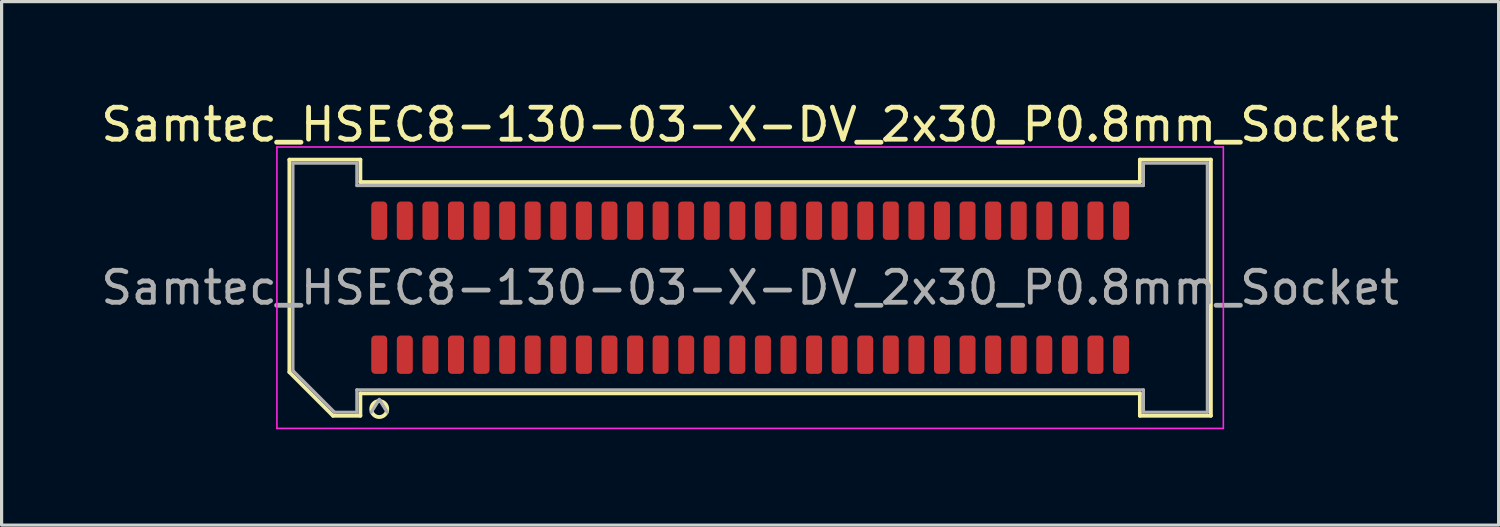
<source format=kicad_pcb>
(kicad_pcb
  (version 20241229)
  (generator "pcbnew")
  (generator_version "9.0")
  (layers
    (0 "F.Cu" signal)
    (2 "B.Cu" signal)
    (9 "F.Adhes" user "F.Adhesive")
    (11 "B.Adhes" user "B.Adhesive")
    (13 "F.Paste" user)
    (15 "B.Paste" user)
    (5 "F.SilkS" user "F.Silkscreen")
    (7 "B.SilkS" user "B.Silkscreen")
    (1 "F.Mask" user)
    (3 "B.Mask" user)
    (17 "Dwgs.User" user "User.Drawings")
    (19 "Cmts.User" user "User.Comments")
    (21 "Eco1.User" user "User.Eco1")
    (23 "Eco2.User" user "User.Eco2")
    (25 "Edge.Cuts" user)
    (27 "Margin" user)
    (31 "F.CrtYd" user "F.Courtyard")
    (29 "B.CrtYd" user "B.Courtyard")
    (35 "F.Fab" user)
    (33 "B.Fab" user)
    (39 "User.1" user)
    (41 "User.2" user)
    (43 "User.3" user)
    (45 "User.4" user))
  (footprint "Samtec_HSEC8-130-03-X-DV_2x30_P0.8mm_Socket"
    (layer "F.Cu")
    (at 20.411 5.948)
    (property "Reference" "Samtec_HSEC8-130-03-X-DV_2x30_P0.8mm_Socket" (at 0 -5.1 0) (layer "F.SilkS") (effects (font (size 1 1) (thickness 0.15))))
    (attr smd)
    (fp_line (start -14.41 -4.005) (end -12.19 -4.005) (stroke (width 0.12) (type solid)) (layer "F.SilkS"))
    (fp_line (start -14.41 2.641) (end -14.41 -4.005) (stroke (width 0.12) (type solid)) (layer "F.SilkS"))
    (fp_line (start -13.046 4.005) (end -14.41 2.641) (stroke (width 0.12) (type solid)) (layer "F.SilkS"))
    (fp_line (start -12.19 -4.005) (end -12.19 -3.305) (stroke (width 0.12) (type solid)) (layer "F.SilkS"))
    (fp_line (start -12.19 -3.305) (end 12.19 -3.305) (stroke (width 0.12) (type solid)) (layer "F.SilkS"))
    (fp_line (start -12.19 3.305) (end -12.19 4.005) (stroke (width 0.12) (type solid)) (layer "F.SilkS"))
    (fp_line (start -12.19 4.005) (end -13.046 4.005) (stroke (width 0.12) (type solid)) (layer "F.SilkS"))
    (fp_line (start 12.19 -4.005) (end 14.41 -4.005) (stroke (width 0.12) (type solid)) (layer "F.SilkS"))
    (fp_line (start 12.19 -3.305) (end 12.19 -4.005) (stroke (width 0.12) (type solid)) (layer "F.SilkS"))
    (fp_line (start 12.19 3.305) (end -12.19 3.305) (stroke (width 0.12) (type solid)) (layer "F.SilkS"))
    (fp_line (start 12.19 4.005) (end 12.19 3.305) (stroke (width 0.12) (type solid)) (layer "F.SilkS"))
    (fp_line (start 14.41 -4.005) (end 14.41 4.005) (stroke (width 0.12) (type solid)) (layer "F.SilkS"))
    (fp_line (start 14.41 4.005) (end 12.19 4.005) (stroke (width 0.12) (type solid)) (layer "F.SilkS"))
    (fp_arc (start -11.35 3.795) (mid -11.85 3.795) (end -11.35 3.795) (stroke (width 0.12) (type solid)) (layer "F.SilkS"))
    (fp_line (start -14.8 -4.4) (end -14.8 4.4) (stroke (width 0.05) (type solid)) (layer "F.CrtYd"))
    (fp_line (start -14.8 4.4) (end 14.8 4.4) (stroke (width 0.05) (type solid)) (layer "F.CrtYd"))
    (fp_line (start 14.8 -4.4) (end -14.8 -4.4) (stroke (width 0.05) (type solid)) (layer "F.CrtYd"))
    (fp_line (start 14.8 4.4) (end 14.8 -4.4) (stroke (width 0.05) (type solid)) (layer "F.CrtYd"))
    (fp_line (start -14.3 -3.895) (end -12.3 -3.895) (stroke (width 0.1) (type solid)) (layer "F.Fab"))
    (fp_line (start -14.3 2.595) (end -14.3 -3.895) (stroke (width 0.1) (type solid)) (layer "F.Fab"))
    (fp_line (start -13 3.895) (end -14.3 2.595) (stroke (width 0.1) (type solid)) (layer "F.Fab"))
    (fp_line (start -12.3 -3.895) (end -12.3 -3.195) (stroke (width 0.1) (type solid)) (layer "F.Fab"))
    (fp_line (start -12.3 -3.195) (end 12.3 -3.195) (stroke (width 0.1) (type solid)) (layer "F.Fab"))
    (fp_line (start -12.3 3.195) (end -12.3 3.895) (stroke (width 0.1) (type solid)) (layer "F.Fab"))
    (fp_line (start -12.3 3.895) (end -13 3.895) (stroke (width 0.1) (type solid)) (layer "F.Fab"))
    (fp_line (start -11.6 3.495) (end -11.85 3.895) (stroke (width 0.1) (type solid)) (layer "F.Fab"))
    (fp_line (start -11.6 3.495) (end -11.35 3.895) (stroke (width 0.1) (type solid)) (layer "F.Fab"))
    (fp_line (start 12.3 -3.895) (end 14.3 -3.895) (stroke (width 0.1) (type solid)) (layer "F.Fab"))
    (fp_line (start 12.3 -3.195) (end 12.3 -3.895) (stroke (width 0.1) (type solid)) (layer "F.Fab"))
    (fp_line (start 12.3 3.195) (end -12.3 3.195) (stroke (width 0.1) (type solid)) (layer "F.Fab"))
    (fp_line (start 12.3 3.895) (end 12.3 3.195) (stroke (width 0.1) (type solid)) (layer "F.Fab"))
    (fp_line (start 14.3 -3.895) (end 14.3 3.895) (stroke (width 0.1) (type solid)) (layer "F.Fab"))
    (fp_line (start 14.3 3.895) (end 12.3 3.895) (stroke (width 0.1) (type solid)) (layer "F.Fab"))
    (fp_text user "${REFERENCE}" (at 0 0 0) (layer "F.Fab") (effects (font (size 1 1) (thickness 0.15))))
    (pad "1" smd roundrect (at -11.6 2.095) (size 0.5 1.2) (layers "F.Cu" "F.Mask" "F.Paste") (roundrect_rratio 0.25))
    (pad "2" smd roundrect (at -11.6 -2.095) (size 0.5 1.2) (layers "F.Cu" "F.Mask" "F.Paste") (roundrect_rratio 0.25))
    (pad "3" smd roundrect (at -10.8 2.095) (size 0.5 1.2) (layers "F.Cu" "F.Mask" "F.Paste") (roundrect_rratio 0.25))
    (pad "4" smd roundrect (at -10.8 -2.095) (size 0.5 1.2) (layers "F.Cu" "F.Mask" "F.Paste") (roundrect_rratio 0.25))
    (pad "5" smd roundrect (at -10 2.095) (size 0.5 1.2) (layers "F.Cu" "F.Mask" "F.Paste") (roundrect_rratio 0.25))
    (pad "6" smd roundrect (at -10 -2.095) (size 0.5 1.2) (layers "F.Cu" "F.Mask" "F.Paste") (roundrect_rratio 0.25))
    (pad "7" smd roundrect (at -9.2 2.095) (size 0.5 1.2) (layers "F.Cu" "F.Mask" "F.Paste") (roundrect_rratio 0.25))
    (pad "8" smd roundrect (at -9.2 -2.095) (size 0.5 1.2) (layers "F.Cu" "F.Mask" "F.Paste") (roundrect_rratio 0.25))
    (pad "9" smd roundrect (at -8.4 2.095) (size 0.5 1.2) (layers "F.Cu" "F.Mask" "F.Paste") (roundrect_rratio 0.25))
    (pad "10" smd roundrect (at -8.4 -2.095) (size 0.5 1.2) (layers "F.Cu" "F.Mask" "F.Paste") (roundrect_rratio 0.25))
    (pad "11" smd roundrect (at -7.6 2.095) (size 0.5 1.2) (layers "F.Cu" "F.Mask" "F.Paste") (roundrect_rratio 0.25))
    (pad "12" smd roundrect (at -7.6 -2.095) (size 0.5 1.2) (layers "F.Cu" "F.Mask" "F.Paste") (roundrect_rratio 0.25))
    (pad "13" smd roundrect (at -6.8 2.095) (size 0.5 1.2) (layers "F.Cu" "F.Mask" "F.Paste") (roundrect_rratio 0.25))
    (pad "14" smd roundrect (at -6.8 -2.095) (size 0.5 1.2) (layers "F.Cu" "F.Mask" "F.Paste") (roundrect_rratio 0.25))
    (pad "15" smd roundrect (at -6 2.095) (size 0.5 1.2) (layers "F.Cu" "F.Mask" "F.Paste") (roundrect_rratio 0.25))
    (pad "16" smd roundrect (at -6 -2.095) (size 0.5 1.2) (layers "F.Cu" "F.Mask" "F.Paste") (roundrect_rratio 0.25))
    (pad "17" smd roundrect (at -5.2 2.095) (size 0.5 1.2) (layers "F.Cu" "F.Mask" "F.Paste") (roundrect_rratio 0.25))
    (pad "18" smd roundrect (at -5.2 -2.095) (size 0.5 1.2) (layers "F.Cu" "F.Mask" "F.Paste") (roundrect_rratio 0.25))
    (pad "19" smd roundrect (at -4.4 2.095) (size 0.5 1.2) (layers "F.Cu" "F.Mask" "F.Paste") (roundrect_rratio 0.25))
    (pad "20" smd roundrect (at -4.4 -2.095) (size 0.5 1.2) (layers "F.Cu" "F.Mask" "F.Paste") (roundrect_rratio 0.25))
    (pad "21" smd roundrect (at -3.6 2.095) (size 0.5 1.2) (layers "F.Cu" "F.Mask" "F.Paste") (roundrect_rratio 0.25))
    (pad "22" smd roundrect (at -3.6 -2.095) (size 0.5 1.2) (layers "F.Cu" "F.Mask" "F.Paste") (roundrect_rratio 0.25))
    (pad "23" smd roundrect (at -2.8 2.095) (size 0.5 1.2) (layers "F.Cu" "F.Mask" "F.Paste") (roundrect_rratio 0.25))
    (pad "24" smd roundrect (at -2.8 -2.095) (size 0.5 1.2) (layers "F.Cu" "F.Mask" "F.Paste") (roundrect_rratio 0.25))
    (pad "25" smd roundrect (at -2 2.095) (size 0.5 1.2) (layers "F.Cu" "F.Mask" "F.Paste") (roundrect_rratio 0.25))
    (pad "26" smd roundrect (at -2 -2.095) (size 0.5 1.2) (layers "F.Cu" "F.Mask" "F.Paste") (roundrect_rratio 0.25))
    (pad "27" smd roundrect (at -1.2 2.095) (size 0.5 1.2) (layers "F.Cu" "F.Mask" "F.Paste") (roundrect_rratio 0.25))
    (pad "28" smd roundrect (at -1.2 -2.095) (size 0.5 1.2) (layers "F.Cu" "F.Mask" "F.Paste") (roundrect_rratio 0.25))
    (pad "29" smd roundrect (at -0.4 2.095) (size 0.5 1.2) (layers "F.Cu" "F.Mask" "F.Paste") (roundrect_rratio 0.25))
    (pad "30" smd roundrect (at -0.4 -2.095) (size 0.5 1.2) (layers "F.Cu" "F.Mask" "F.Paste") (roundrect_rratio 0.25))
    (pad "31" smd roundrect (at 0.4 2.095) (size 0.5 1.2) (layers "F.Cu" "F.Mask" "F.Paste") (roundrect_rratio 0.25))
    (pad "32" smd roundrect (at 0.4 -2.095) (size 0.5 1.2) (layers "F.Cu" "F.Mask" "F.Paste") (roundrect_rratio 0.25))
    (pad "33" smd roundrect (at 1.2 2.095) (size 0.5 1.2) (layers "F.Cu" "F.Mask" "F.Paste") (roundrect_rratio 0.25))
    (pad "34" smd roundrect (at 1.2 -2.095) (size 0.5 1.2) (layers "F.Cu" "F.Mask" "F.Paste") (roundrect_rratio 0.25))
    (pad "35" smd roundrect (at 2 2.095) (size 0.5 1.2) (layers "F.Cu" "F.Mask" "F.Paste") (roundrect_rratio 0.25))
    (pad "36" smd roundrect (at 2 -2.095) (size 0.5 1.2) (layers "F.Cu" "F.Mask" "F.Paste") (roundrect_rratio 0.25))
    (pad "37" smd roundrect (at 2.8 2.095) (size 0.5 1.2) (layers "F.Cu" "F.Mask" "F.Paste") (roundrect_rratio 0.25))
    (pad "38" smd roundrect (at 2.8 -2.095) (size 0.5 1.2) (layers "F.Cu" "F.Mask" "F.Paste") (roundrect_rratio 0.25))
    (pad "39" smd roundrect (at 3.6 2.095) (size 0.5 1.2) (layers "F.Cu" "F.Mask" "F.Paste") (roundrect_rratio 0.25))
    (pad "40" smd roundrect (at 3.6 -2.095) (size 0.5 1.2) (layers "F.Cu" "F.Mask" "F.Paste") (roundrect_rratio 0.25))
    (pad "41" smd roundrect (at 4.4 2.095) (size 0.5 1.2) (layers "F.Cu" "F.Mask" "F.Paste") (roundrect_rratio 0.25))
    (pad "42" smd roundrect (at 4.4 -2.095) (size 0.5 1.2) (layers "F.Cu" "F.Mask" "F.Paste") (roundrect_rratio 0.25))
    (pad "43" smd roundrect (at 5.2 2.095) (size 0.5 1.2) (layers "F.Cu" "F.Mask" "F.Paste") (roundrect_rratio 0.25))
    (pad "44" smd roundrect (at 5.2 -2.095) (size 0.5 1.2) (layers "F.Cu" "F.Mask" "F.Paste") (roundrect_rratio 0.25))
    (pad "45" smd roundrect (at 6 2.095) (size 0.5 1.2) (layers "F.Cu" "F.Mask" "F.Paste") (roundrect_rratio 0.25))
    (pad "46" smd roundrect (at 6 -2.095) (size 0.5 1.2) (layers "F.Cu" "F.Mask" "F.Paste") (roundrect_rratio 0.25))
    (pad "47" smd roundrect (at 6.8 2.095) (size 0.5 1.2) (layers "F.Cu" "F.Mask" "F.Paste") (roundrect_rratio 0.25))
    (pad "48" smd roundrect (at 6.8 -2.095) (size 0.5 1.2) (layers "F.Cu" "F.Mask" "F.Paste") (roundrect_rratio 0.25))
    (pad "49" smd roundrect (at 7.6 2.095) (size 0.5 1.2) (layers "F.Cu" "F.Mask" "F.Paste") (roundrect_rratio 0.25))
    (pad "50" smd roundrect (at 7.6 -2.095) (size 0.5 1.2) (layers "F.Cu" "F.Mask" "F.Paste") (roundrect_rratio 0.25))
    (pad "51" smd roundrect (at 8.4 2.095) (size 0.5 1.2) (layers "F.Cu" "F.Mask" "F.Paste") (roundrect_rratio 0.25))
    (pad "52" smd roundrect (at 8.4 -2.095) (size 0.5 1.2) (layers "F.Cu" "F.Mask" "F.Paste") (roundrect_rratio 0.25))
    (pad "53" smd roundrect (at 9.2 2.095) (size 0.5 1.2) (layers "F.Cu" "F.Mask" "F.Paste") (roundrect_rratio 0.25))
    (pad "54" smd roundrect (at 9.2 -2.095) (size 0.5 1.2) (layers "F.Cu" "F.Mask" "F.Paste") (roundrect_rratio 0.25))
    (pad "55" smd roundrect (at 10 2.095) (size 0.5 1.2) (layers "F.Cu" "F.Mask" "F.Paste") (roundrect_rratio 0.25))
    (pad "56" smd roundrect (at 10 -2.095) (size 0.5 1.2) (layers "F.Cu" "F.Mask" "F.Paste") (roundrect_rratio 0.25))
    (pad "57" smd roundrect (at 10.8 2.095) (size 0.5 1.2) (layers "F.Cu" "F.Mask" "F.Paste") (roundrect_rratio 0.25))
    (pad "58" smd roundrect (at 10.8 -2.095) (size 0.5 1.2) (layers "F.Cu" "F.Mask" "F.Paste") (roundrect_rratio 0.25))
    (pad "59" smd roundrect (at 11.6 2.095) (size 0.5 1.2) (layers "F.Cu" "F.Mask" "F.Paste") (roundrect_rratio 0.25))
    (pad "60" smd roundrect (at 11.6 -2.095) (size 0.5 1.2) (layers "F.Cu" "F.Mask" "F.Paste") (roundrect_rratio 0.25)))
  (gr_rect
    (start -3 -3)
    (end 43.821 13.373)
    (stroke (width 0.1) (type default))
    (fill no)
    (layer "Edge.Cuts")))
</source>
